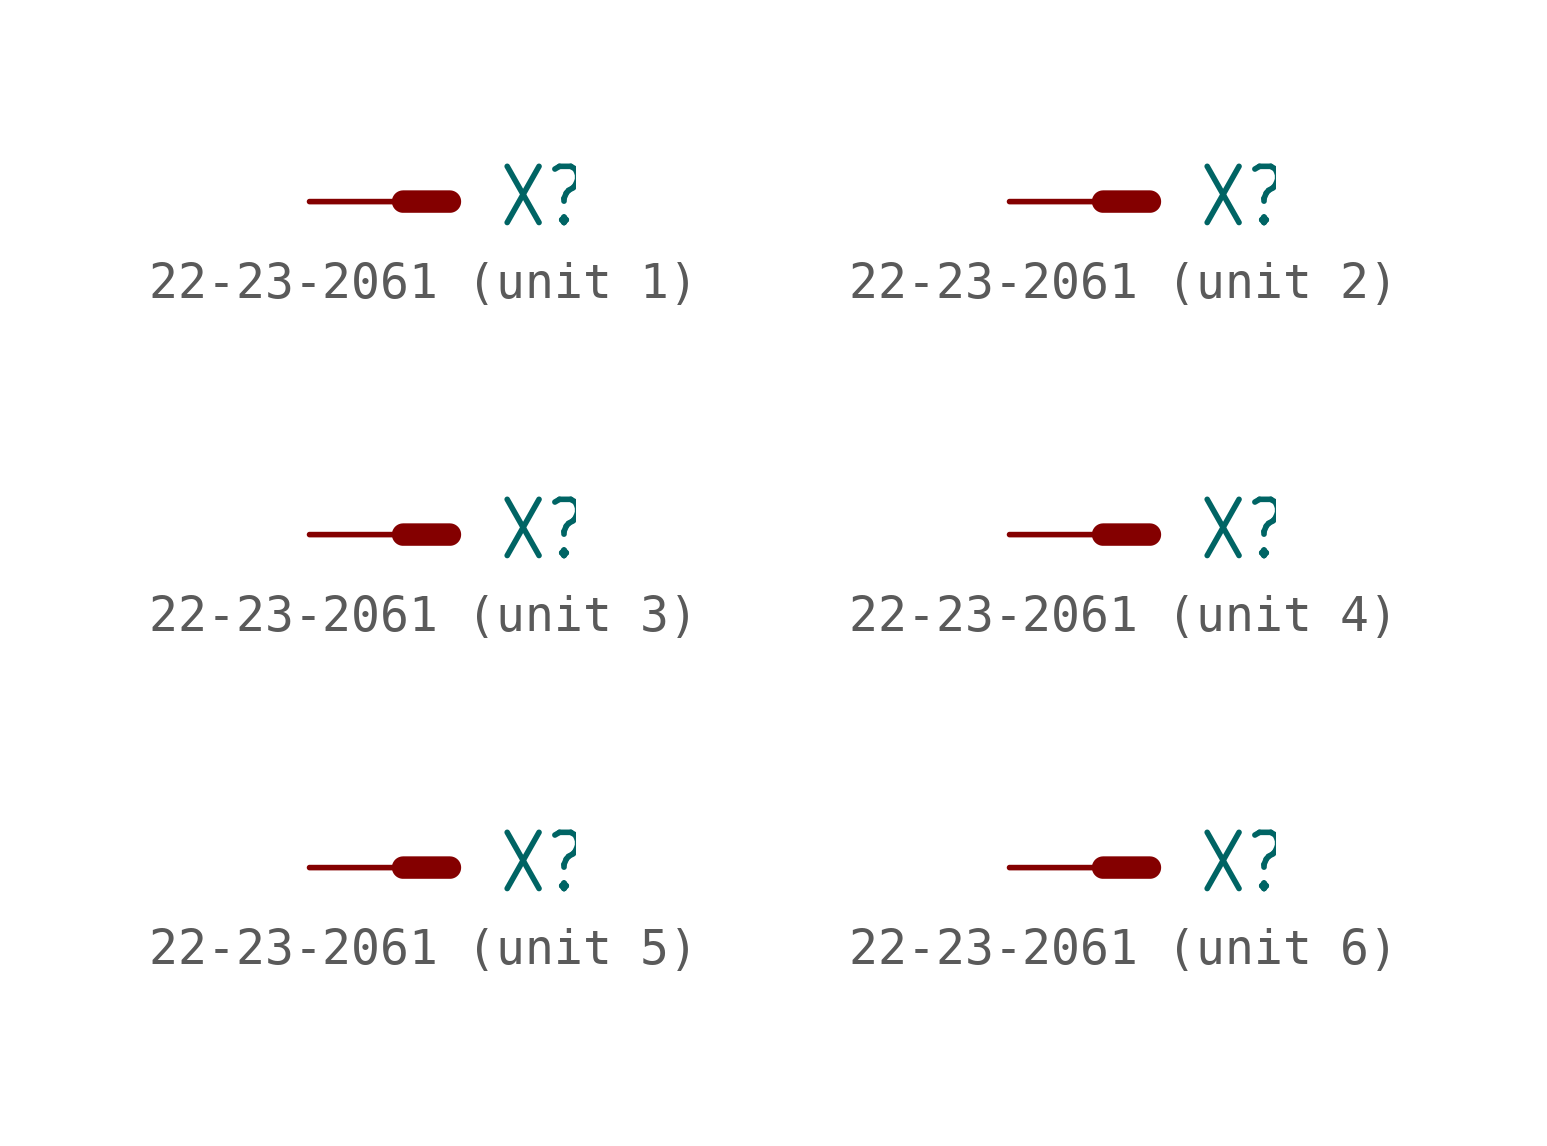
<source format=kicad_sym>
(kicad_symbol_lib
  (version 20211014)
  (generator kicad_symbol_editor)
  (symbol "22-23-2061"
    (property "Reference" "X"
      (at 2.54 -0.762 0)
      (effects (font (size 1.524 1.295)) (justify left bottom)))
    (property "ki_locked" ""
      (at 0 0 0)
      (effects (font (size 1.27 1.27))))
    (symbol "22-23-2061_1_0"
      (polyline (pts (xy 1.27 0) (xy 0 0)) (stroke (width 0.61) (type default) (color 0 0 0 0)) (fill (type none)))
      (pin passive line (at -2.54 0 0) (length 2.54) (name "S" (effects (font (size 0 0)))) (number "1" (effects (font (size 0 0))))))
    (symbol "22-23-2061_2_0"
      (polyline (pts (xy 1.27 0) (xy 0 0)) (stroke (width 0.61) (type default) (color 0 0 0 0)) (fill (type none)))
      (pin passive line (at -2.54 0 0) (length 2.54) (name "S" (effects (font (size 0 0)))) (number "2" (effects (font (size 0 0))))))
    (symbol "22-23-2061_3_0"
      (polyline (pts (xy 1.27 0) (xy 0 0)) (stroke (width 0.61) (type default) (color 0 0 0 0)) (fill (type none)))
      (pin passive line (at -2.54 0 0) (length 2.54) (name "S" (effects (font (size 0 0)))) (number "3" (effects (font (size 0 0))))))
    (symbol "22-23-2061_4_0"
      (polyline (pts (xy 1.27 0) (xy 0 0)) (stroke (width 0.61) (type default) (color 0 0 0 0)) (fill (type none)))
      (pin passive line (at -2.54 0 0) (length 2.54) (name "S" (effects (font (size 0 0)))) (number "4" (effects (font (size 0 0))))))
    (symbol "22-23-2061_5_0"
      (polyline (pts (xy 1.27 0) (xy 0 0)) (stroke (width 0.61) (type default) (color 0 0 0 0)) (fill (type none)))
      (pin passive line (at -2.54 0 0) (length 2.54) (name "S" (effects (font (size 0 0)))) (number "5" (effects (font (size 0 0))))))
    (symbol "22-23-2061_6_0"
      (polyline (pts (xy 1.27 0) (xy 0 0)) (stroke (width 0.61) (type default) (color 0 0 0 0)) (fill (type none)))
      (pin passive line (at -2.54 0 0) (length 2.54) (name "S" (effects (font (size 0 0)))) (number "6" (effects (font (size 0 0))))))))
</source>
